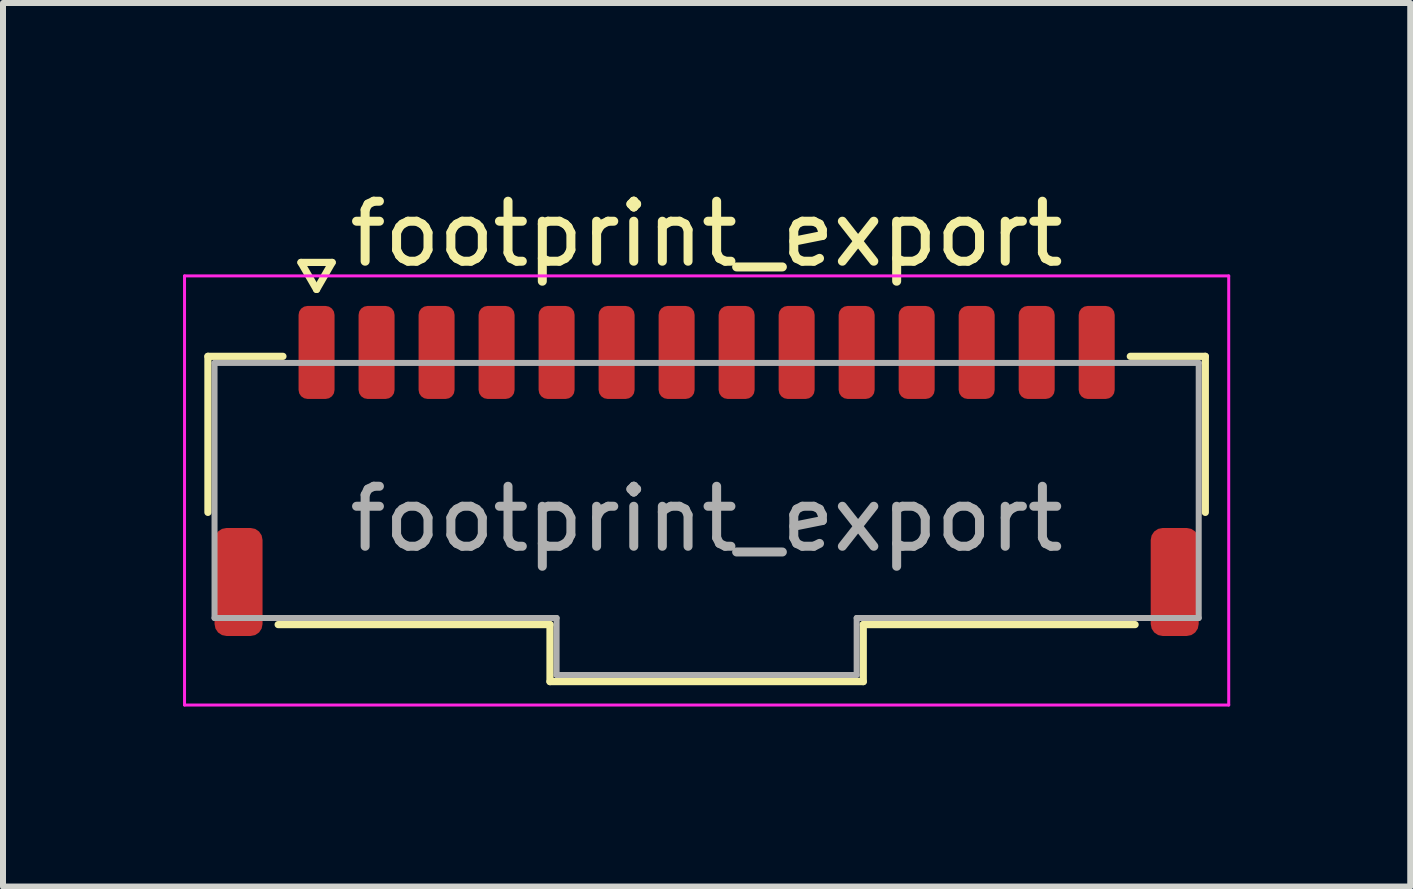
<source format=kicad_pcb>
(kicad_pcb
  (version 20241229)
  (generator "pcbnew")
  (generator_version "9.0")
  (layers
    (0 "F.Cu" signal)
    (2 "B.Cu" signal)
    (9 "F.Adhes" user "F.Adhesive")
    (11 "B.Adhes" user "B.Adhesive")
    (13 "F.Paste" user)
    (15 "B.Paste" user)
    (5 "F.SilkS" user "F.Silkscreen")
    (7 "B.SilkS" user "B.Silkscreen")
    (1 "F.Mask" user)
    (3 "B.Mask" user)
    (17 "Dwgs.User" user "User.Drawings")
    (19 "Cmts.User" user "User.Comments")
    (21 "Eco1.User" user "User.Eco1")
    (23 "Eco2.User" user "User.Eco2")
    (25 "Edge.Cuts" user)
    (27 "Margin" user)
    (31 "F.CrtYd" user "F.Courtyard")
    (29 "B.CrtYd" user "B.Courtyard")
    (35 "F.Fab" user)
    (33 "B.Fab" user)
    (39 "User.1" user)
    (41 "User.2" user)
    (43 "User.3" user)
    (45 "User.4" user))
  (footprint "footprint_export"
    (layer "F.Cu")
    (at 8.725 5.598)
    (property "Reference" "footprint_export" (at 0 -4.75 0) (layer "F.SilkS") (effects (font (size 1 1) (thickness 0.15))))
    (attr smd)
    (fp_line (start -8.31 -2.71) (end -7.06 -2.71) (stroke (width 0.12) (type solid)) (layer "F.SilkS"))
    (fp_line (start -8.31 -0.11) (end -8.31 -2.71) (stroke (width 0.12) (type solid)) (layer "F.SilkS"))
    (fp_line (start -6.76 -4.275) (end -6.5 -3.825) (stroke (width 0.12) (type solid)) (layer "F.SilkS"))
    (fp_line (start -6.5 -3.825) (end -6.24 -4.275) (stroke (width 0.12) (type solid)) (layer "F.SilkS"))
    (fp_line (start -6.24 -4.275) (end -6.76 -4.275) (stroke (width 0.12) (type solid)) (layer "F.SilkS"))
    (fp_line (start -2.61 1.76) (end -7.14 1.76) (stroke (width 0.12) (type solid)) (layer "F.SilkS"))
    (fp_line (start -2.61 2.71) (end -2.61 1.76) (stroke (width 0.12) (type solid)) (layer "F.SilkS"))
    (fp_line (start 2.61 1.76) (end 2.61 2.71) (stroke (width 0.12) (type solid)) (layer "F.SilkS"))
    (fp_line (start 2.61 2.71) (end -2.61 2.71) (stroke (width 0.12) (type solid)) (layer "F.SilkS"))
    (fp_line (start 7.06 -2.71) (end 8.31 -2.71) (stroke (width 0.12) (type solid)) (layer "F.SilkS"))
    (fp_line (start 7.14 1.76) (end 2.61 1.76) (stroke (width 0.12) (type solid)) (layer "F.SilkS"))
    (fp_line (start 8.31 -2.71) (end 8.31 -0.11) (stroke (width 0.12) (type solid)) (layer "F.SilkS"))
    (fp_line (start -8.7 -4.05) (end -8.7 3.1) (stroke (width 0.05) (type solid)) (layer "F.CrtYd"))
    (fp_line (start -8.7 3.1) (end 8.7 3.1) (stroke (width 0.05) (type solid)) (layer "F.CrtYd"))
    (fp_line (start 8.7 -4.05) (end -8.7 -4.05) (stroke (width 0.05) (type solid)) (layer "F.CrtYd"))
    (fp_line (start 8.7 3.1) (end 8.7 -4.05) (stroke (width 0.05) (type solid)) (layer "F.CrtYd"))
    (fp_line (start -8.2 -2.6) (end 8.2 -2.6) (stroke (width 0.1) (type solid)) (layer "F.Fab"))
    (fp_line (start -8.2 1.65) (end -8.2 -2.6) (stroke (width 0.1) (type solid)) (layer "F.Fab"))
    (fp_line (start -2.5 1.65) (end -8.2 1.65) (stroke (width 0.1) (type solid)) (layer "F.Fab"))
    (fp_line (start -2.5 2.6) (end -2.5 1.65) (stroke (width 0.1) (type solid)) (layer "F.Fab"))
    (fp_line (start 2.5 1.65) (end 2.5 2.6) (stroke (width 0.1) (type solid)) (layer "F.Fab"))
    (fp_line (start 2.5 2.6) (end -2.5 2.6) (stroke (width 0.1) (type solid)) (layer "F.Fab"))
    (fp_line (start 8.2 -2.6) (end 8.2 1.65) (stroke (width 0.1) (type solid)) (layer "F.Fab"))
    (fp_line (start 8.2 1.65) (end 2.5 1.65) (stroke (width 0.1) (type solid)) (layer "F.Fab"))
    (fp_text user "${REFERENCE}" (at 0 0 0) (layer "F.Fab") (effects (font (size 1 1) (thickness 0.15))))
    (pad "1" smd roundrect (at -6.5 -2.775) (size 0.6 1.55) (layers "F.Cu" "F.Mask" "F.Paste") (roundrect_rratio 0.25))
    (pad "2" smd roundrect (at -5.5 -2.775) (size 0.6 1.55) (layers "F.Cu" "F.Mask" "F.Paste") (roundrect_rratio 0.25))
    (pad "3" smd roundrect (at -4.5 -2.775) (size 0.6 1.55) (layers "F.Cu" "F.Mask" "F.Paste") (roundrect_rratio 0.25))
    (pad "4" smd roundrect (at -3.5 -2.775) (size 0.6 1.55) (layers "F.Cu" "F.Mask" "F.Paste") (roundrect_rratio 0.25))
    (pad "5" smd roundrect (at -2.5 -2.775) (size 0.6 1.55) (layers "F.Cu" "F.Mask" "F.Paste") (roundrect_rratio 0.25))
    (pad "6" smd roundrect (at -1.5 -2.775) (size 0.6 1.55) (layers "F.Cu" "F.Mask" "F.Paste") (roundrect_rratio 0.25))
    (pad "7" smd roundrect (at -0.5 -2.775) (size 0.6 1.55) (layers "F.Cu" "F.Mask" "F.Paste") (roundrect_rratio 0.25))
    (pad "8" smd roundrect (at 0.5 -2.775) (size 0.6 1.55) (layers "F.Cu" "F.Mask" "F.Paste") (roundrect_rratio 0.25))
    (pad "9" smd roundrect (at 1.5 -2.775) (size 0.6 1.55) (layers "F.Cu" "F.Mask" "F.Paste") (roundrect_rratio 0.25))
    (pad "10" smd roundrect (at 2.5 -2.775) (size 0.6 1.55) (layers "F.Cu" "F.Mask" "F.Paste") (roundrect_rratio 0.25))
    (pad "11" smd roundrect (at 3.5 -2.775) (size 0.6 1.55) (layers "F.Cu" "F.Mask" "F.Paste") (roundrect_rratio 0.25))
    (pad "12" smd roundrect (at 4.5 -2.775) (size 0.6 1.55) (layers "F.Cu" "F.Mask" "F.Paste") (roundrect_rratio 0.25))
    (pad "13" smd roundrect (at 5.5 -2.775) (size 0.6 1.55) (layers "F.Cu" "F.Mask" "F.Paste") (roundrect_rratio 0.25))
    (pad "14" smd roundrect (at 6.5 -2.775) (size 0.6 1.55) (layers "F.Cu" "F.Mask" "F.Paste") (roundrect_rratio 0.25))
    (pad "MP" smd roundrect (at -7.8 1.05) (size 0.8 1.8) (layers "F.Cu" "F.Mask" "F.Paste") (roundrect_rratio 0.25))
    (pad "MP" smd roundrect (at 7.8 1.05) (size 0.8 1.8) (layers "F.Cu" "F.Mask" "F.Paste") (roundrect_rratio 0.25)))
  (gr_rect
    (start -3 -3)
    (end 20.45 11.723)
    (stroke (width 0.1) (type default))
    (fill no)
    (layer "Edge.Cuts")))
</source>
